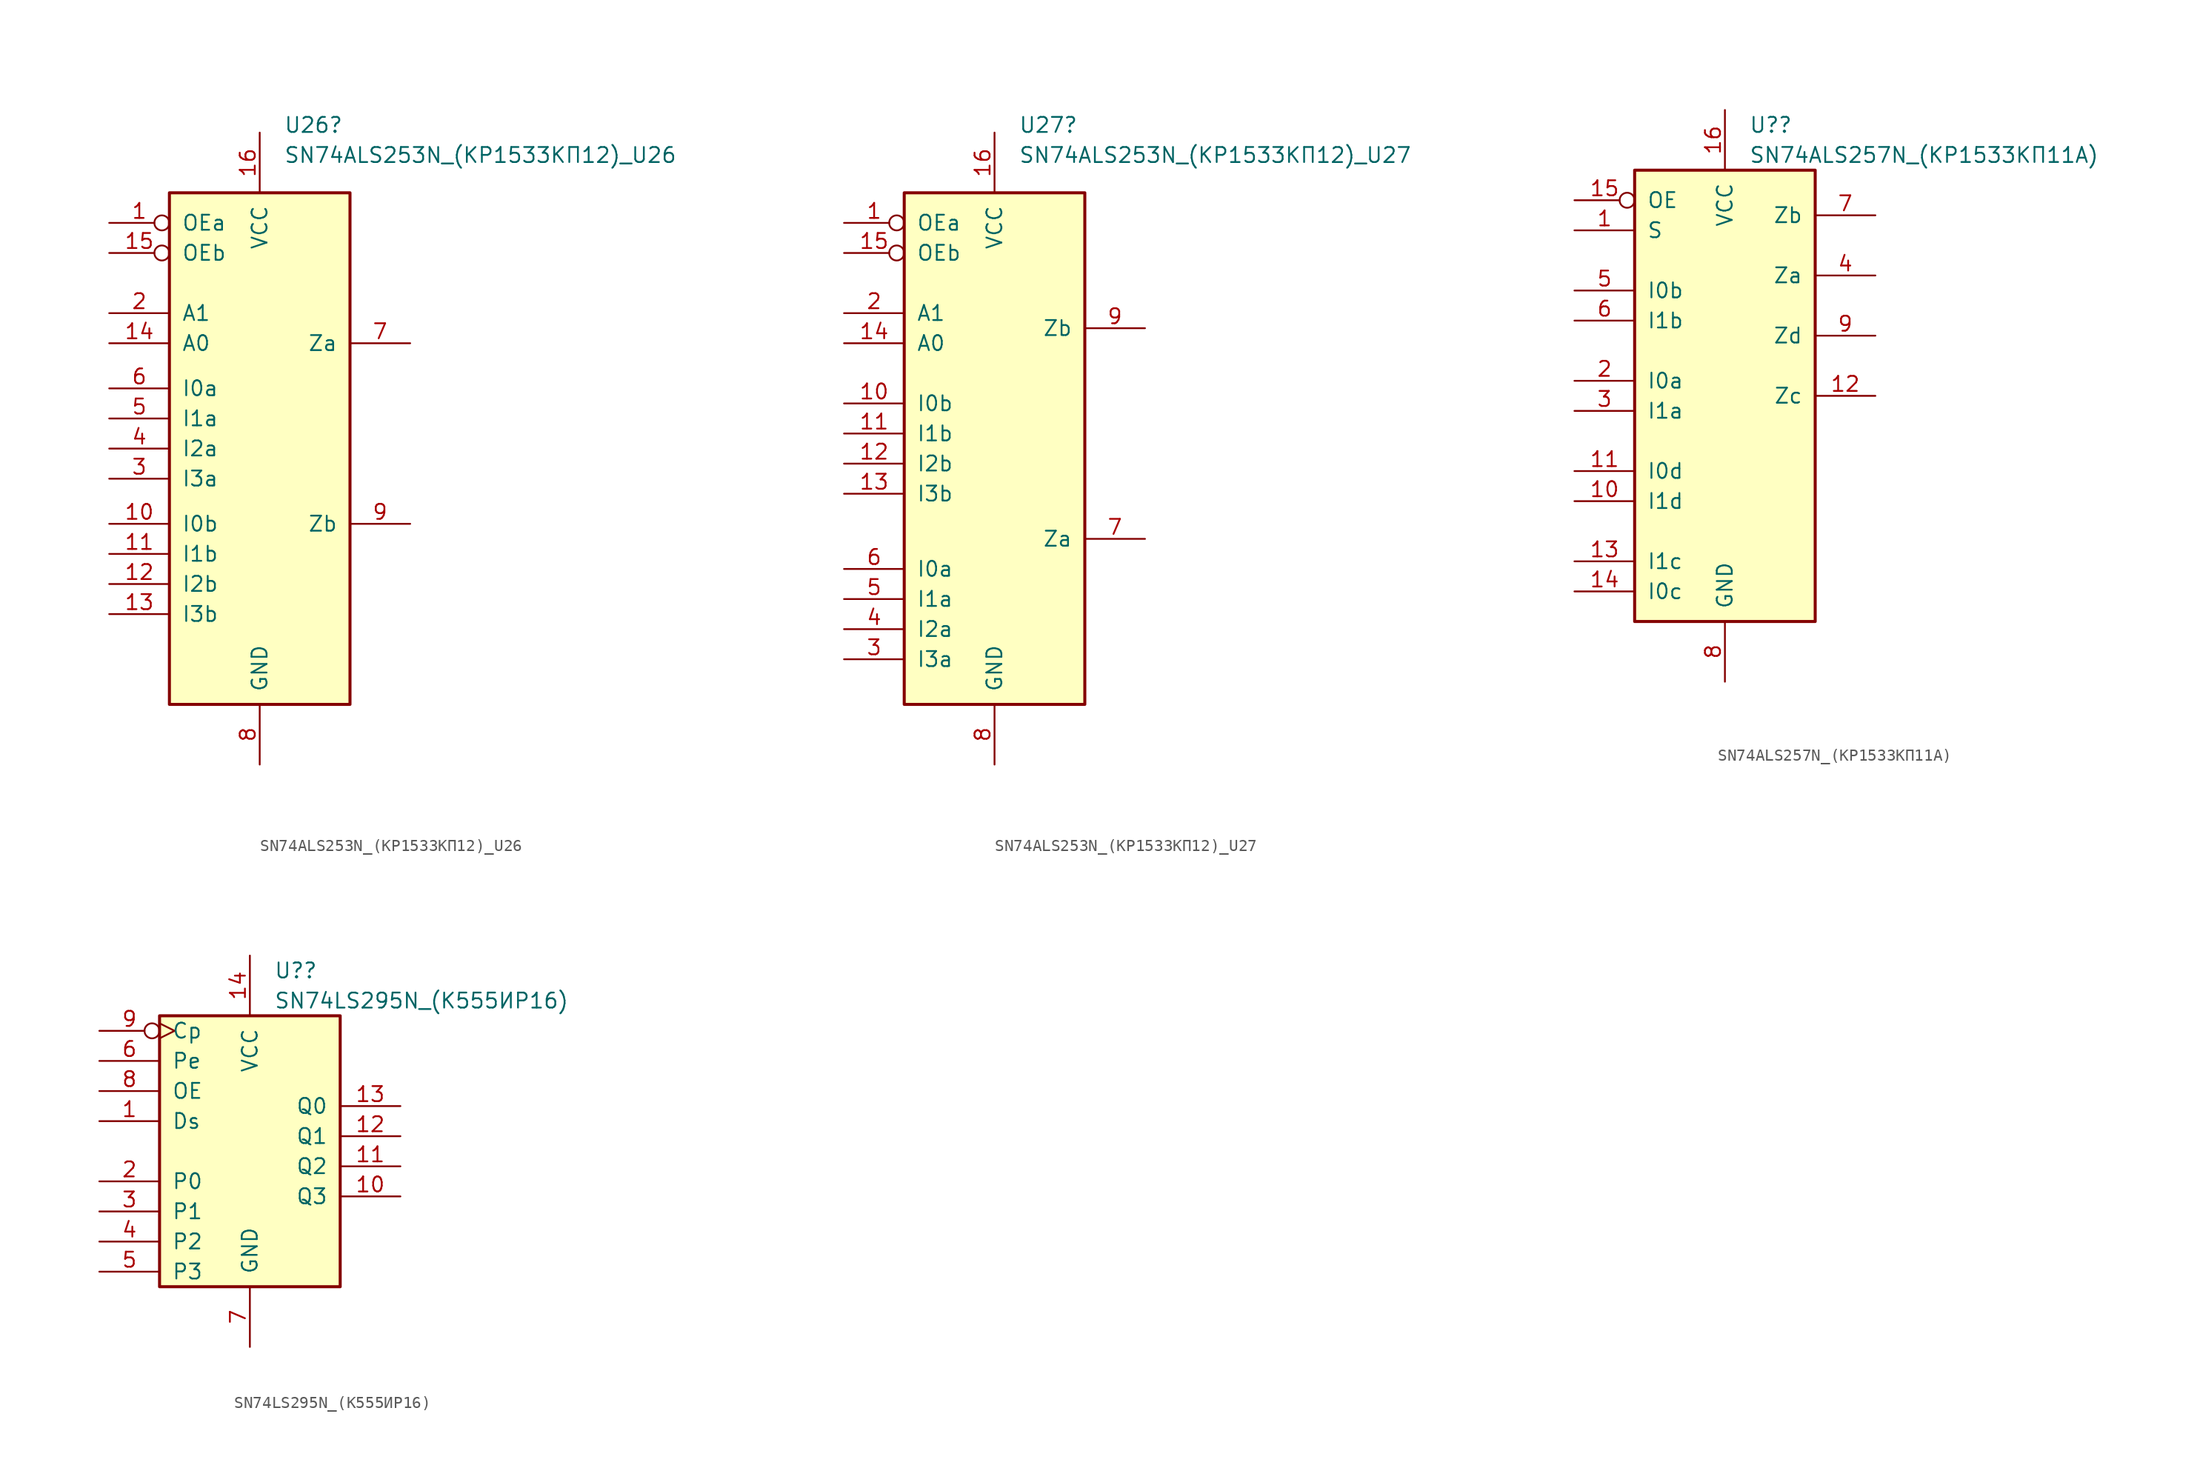
<source format=kicad_sym>
(kicad_symbol_lib
  (version 20220914)
  (generator kicad_symbol_editor)
  (symbol "SN74ALS253N_(КР1533КП12)_U26"
    (pin_names
      (offset 1.016))
    (property "Reference" "U26"
      (at 2.019 26.035 0)
      (effects (font (size 1.27 1.27)) (justify left)))
    (property "Value" "SN74ALS253N_(КР1533КП12)_U26"
      (at 2.019 23.495 0)
      (effects (font (size 1.27 1.27)) (justify left)))
    (property "ki_locked" ""
      (at 0 0 0)
      (effects (font (size 1.27 1.27))))
    (symbol "SN74ALS253N_(КР1533КП12)_U26_1_0"
      (pin input inverted (at -12.7 17.78 0) (length 5.08) (name "OEa" (effects (font (size 1.27 1.27)))) (number "1" (effects (font (size 1.27 1.27)))))
      (pin input line (at -12.7 -7.62 0) (length 5.08) (name "I0b" (effects (font (size 1.27 1.27)))) (number "10" (effects (font (size 1.27 1.27)))))
      (pin input line (at -12.7 -10.16 0) (length 5.08) (name "I1b" (effects (font (size 1.27 1.27)))) (number "11" (effects (font (size 1.27 1.27)))))
      (pin input line (at -12.7 -12.7 0) (length 5.08) (name "I2b" (effects (font (size 1.27 1.27)))) (number "12" (effects (font (size 1.27 1.27)))))
      (pin input line (at -12.7 -15.24 0) (length 5.08) (name "I3b" (effects (font (size 1.27 1.27)))) (number "13" (effects (font (size 1.27 1.27)))))
      (pin input line (at -12.7 7.62 0) (length 5.08) (name "A0" (effects (font (size 1.27 1.27)))) (number "14" (effects (font (size 1.27 1.27)))))
      (pin input inverted (at -12.7 15.24 0) (length 5.08) (name "OEb" (effects (font (size 1.27 1.27)))) (number "15" (effects (font (size 1.27 1.27)))))
      (pin power_in line (at 0 25.4 270) (length 5.08) (name "VCC" (effects (font (size 1.27 1.27)))) (number "16" (effects (font (size 1.27 1.27)))))
      (pin input line (at -12.7 10.16 0) (length 5.08) (name "A1" (effects (font (size 1.27 1.27)))) (number "2" (effects (font (size 1.27 1.27)))))
      (pin input line (at -12.7 -3.81 0) (length 5.08) (name "I3a" (effects (font (size 1.27 1.27)))) (number "3" (effects (font (size 1.27 1.27)))))
      (pin input line (at -12.7 -1.27 0) (length 5.08) (name "I2a" (effects (font (size 1.27 1.27)))) (number "4" (effects (font (size 1.27 1.27)))))
      (pin input line (at -12.7 1.27 0) (length 5.08) (name "I1a" (effects (font (size 1.27 1.27)))) (number "5" (effects (font (size 1.27 1.27)))))
      (pin input line (at -12.7 3.81 0) (length 5.08) (name "I0a" (effects (font (size 1.27 1.27)))) (number "6" (effects (font (size 1.27 1.27)))))
      (pin tri_state line (at 12.7 7.62 180) (length 5.08) (name "Za" (effects (font (size 1.27 1.27)))) (number "7" (effects (font (size 1.27 1.27)))))
      (pin power_in line (at 0 -27.94 90) (length 5.08) (name "GND" (effects (font (size 1.27 1.27)))) (number "8" (effects (font (size 1.27 1.27)))))
      (pin tri_state line (at 12.7 -7.62 180) (length 5.08) (name "Zb" (effects (font (size 1.27 1.27)))) (number "9" (effects (font (size 1.27 1.27))))))
    (symbol "SN74ALS253N_(КР1533КП12)_U26_1_1"
      (rectangle (start -7.62 20.32) (end 7.62 -22.86) (stroke (width 0.254) (type default)) (fill (type background)))))
  (symbol "SN74ALS253N_(КР1533КП12)_U27"
    (pin_names
      (offset 1.016))
    (property "Reference" "U27"
      (at 2.019 26.035 0)
      (effects (font (size 1.27 1.27)) (justify left)))
    (property "Value" "SN74ALS253N_(КР1533КП12)_U27"
      (at 2.019 23.495 0)
      (effects (font (size 1.27 1.27)) (justify left)))
    (property "ki_locked" ""
      (at 0 0 0)
      (effects (font (size 1.27 1.27))))
    (symbol "SN74ALS253N_(КР1533КП12)_U27_1_0"
      (pin input inverted (at -12.7 17.78 0) (length 5.08) (name "OEa" (effects (font (size 1.27 1.27)))) (number "1" (effects (font (size 1.27 1.27)))))
      (pin input line (at -12.7 2.54 0) (length 5.08) (name "I0b" (effects (font (size 1.27 1.27)))) (number "10" (effects (font (size 1.27 1.27)))))
      (pin input line (at -12.7 0 0) (length 5.08) (name "I1b" (effects (font (size 1.27 1.27)))) (number "11" (effects (font (size 1.27 1.27)))))
      (pin input line (at -12.7 -2.54 0) (length 5.08) (name "I2b" (effects (font (size 1.27 1.27)))) (number "12" (effects (font (size 1.27 1.27)))))
      (pin input line (at -12.7 -5.08 0) (length 5.08) (name "I3b" (effects (font (size 1.27 1.27)))) (number "13" (effects (font (size 1.27 1.27)))))
      (pin input line (at -12.7 7.62 0) (length 5.08) (name "A0" (effects (font (size 1.27 1.27)))) (number "14" (effects (font (size 1.27 1.27)))))
      (pin input inverted (at -12.7 15.24 0) (length 5.08) (name "OEb" (effects (font (size 1.27 1.27)))) (number "15" (effects (font (size 1.27 1.27)))))
      (pin power_in line (at 0 25.4 270) (length 5.08) (name "VCC" (effects (font (size 1.27 1.27)))) (number "16" (effects (font (size 1.27 1.27)))))
      (pin input line (at -12.7 10.16 0) (length 5.08) (name "A1" (effects (font (size 1.27 1.27)))) (number "2" (effects (font (size 1.27 1.27)))))
      (pin input line (at -12.7 -19.05 0) (length 5.08) (name "I3a" (effects (font (size 1.27 1.27)))) (number "3" (effects (font (size 1.27 1.27)))))
      (pin input line (at -12.7 -16.51 0) (length 5.08) (name "I2a" (effects (font (size 1.27 1.27)))) (number "4" (effects (font (size 1.27 1.27)))))
      (pin input line (at -12.7 -13.97 0) (length 5.08) (name "I1a" (effects (font (size 1.27 1.27)))) (number "5" (effects (font (size 1.27 1.27)))))
      (pin input line (at -12.7 -11.43 0) (length 5.08) (name "I0a" (effects (font (size 1.27 1.27)))) (number "6" (effects (font (size 1.27 1.27)))))
      (pin tri_state line (at 12.7 -8.89 180) (length 5.08) (name "Za" (effects (font (size 1.27 1.27)))) (number "7" (effects (font (size 1.27 1.27)))))
      (pin power_in line (at 0 -27.94 90) (length 5.08) (name "GND" (effects (font (size 1.27 1.27)))) (number "8" (effects (font (size 1.27 1.27)))))
      (pin tri_state line (at 12.7 8.89 180) (length 5.08) (name "Zb" (effects (font (size 1.27 1.27)))) (number "9" (effects (font (size 1.27 1.27))))))
    (symbol "SN74ALS253N_(КР1533КП12)_U27_1_1"
      (rectangle (start -7.62 20.32) (end 7.62 -22.86) (stroke (width 0.254) (type default)) (fill (type background)))))
  (symbol "SN74ALS257N_(КР1533КП11А)"
    (pin_names
      (offset 1.016))
    (property "Reference" "U?"
      (at 2.019 21.59 0)
      (effects (font (size 1.27 1.27)) (justify left)))
    (property "Value" "SN74ALS257N_(КР1533КП11А)"
      (at 2.019 19.05 0)
      (effects (font (size 1.27 1.27)) (justify left)))
    (property "ki_locked" ""
      (at 0 0 0)
      (effects (font (size 1.27 1.27))))
    (symbol "SN74ALS257N_(КР1533КП11А)_1_0"
      (pin input line (at -12.7 12.7 0) (length 5.08) (name "S" (effects (font (size 1.27 1.27)))) (number "1" (effects (font (size 1.27 1.27)))))
      (pin input line (at -12.7 -10.16 0) (length 5.08) (name "I1d" (effects (font (size 1.27 1.27)))) (number "10" (effects (font (size 1.27 1.27)))))
      (pin input line (at -12.7 -7.62 0) (length 5.08) (name "I0d" (effects (font (size 1.27 1.27)))) (number "11" (effects (font (size 1.27 1.27)))))
      (pin tri_state line (at 12.7 -1.27 180) (length 5.08) (name "Zc" (effects (font (size 1.27 1.27)))) (number "12" (effects (font (size 1.27 1.27)))))
      (pin input line (at -12.7 -15.24 0) (length 5.08) (name "I1c" (effects (font (size 1.27 1.27)))) (number "13" (effects (font (size 1.27 1.27)))))
      (pin input line (at -12.7 -17.78 0) (length 5.08) (name "I0c" (effects (font (size 1.27 1.27)))) (number "14" (effects (font (size 1.27 1.27)))))
      (pin input inverted (at -12.7 15.24 0) (length 5.08) (name "OE" (effects (font (size 1.27 1.27)))) (number "15" (effects (font (size 1.27 1.27)))))
      (pin power_in line (at 0 22.86 270) (length 5.08) (name "VCC" (effects (font (size 1.27 1.27)))) (number "16" (effects (font (size 1.27 1.27)))))
      (pin input line (at -12.7 0 0) (length 5.08) (name "I0a" (effects (font (size 1.27 1.27)))) (number "2" (effects (font (size 1.27 1.27)))))
      (pin input line (at -12.7 -2.54 0) (length 5.08) (name "I1a" (effects (font (size 1.27 1.27)))) (number "3" (effects (font (size 1.27 1.27)))))
      (pin tri_state line (at 12.7 8.89 180) (length 5.08) (name "Za" (effects (font (size 1.27 1.27)))) (number "4" (effects (font (size 1.27 1.27)))))
      (pin input line (at -12.7 7.62 0) (length 5.08) (name "I0b" (effects (font (size 1.27 1.27)))) (number "5" (effects (font (size 1.27 1.27)))))
      (pin input line (at -12.7 5.08 0) (length 5.08) (name "I1b" (effects (font (size 1.27 1.27)))) (number "6" (effects (font (size 1.27 1.27)))))
      (pin tri_state line (at 12.7 13.97 180) (length 5.08) (name "Zb" (effects (font (size 1.27 1.27)))) (number "7" (effects (font (size 1.27 1.27)))))
      (pin power_in line (at 0 -25.4 90) (length 5.08) (name "GND" (effects (font (size 1.27 1.27)))) (number "8" (effects (font (size 1.27 1.27)))))
      (pin tri_state line (at 12.7 3.81 180) (length 5.08) (name "Zd" (effects (font (size 1.27 1.27)))) (number "9" (effects (font (size 1.27 1.27))))))
    (symbol "SN74ALS257N_(КР1533КП11А)_1_1"
      (rectangle (start -7.62 17.78) (end 7.62 -20.32) (stroke (width 0.254) (type default)) (fill (type background)))))
  (symbol "SN74LS295N_(К555ИР16)"
    (pin_names
      (offset 1.016))
    (property "Reference" "U?"
      (at 2.019 19.05 0)
      (effects (font (size 1.27 1.27)) (justify left)))
    (property "Value" "SN74LS295N_(К555ИР16)"
      (at 2.019 16.51 0)
      (effects (font (size 1.27 1.27)) (justify left)))
    (property "ki_locked" ""
      (at 0 0 0)
      (effects (font (size 1.27 1.27))))
    (symbol "SN74LS295N_(К555ИР16)_1_0"
      (pin input line (at -12.7 6.35 0) (length 5.08) (name "Ds" (effects (font (size 1.27 1.27)))) (number "1" (effects (font (size 1.27 1.27)))))
      (pin output line (at 12.7 0 180) (length 5.08) (name "Q3" (effects (font (size 1.27 1.27)))) (number "10" (effects (font (size 1.27 1.27)))))
      (pin output line (at 12.7 2.54 180) (length 5.08) (name "Q2" (effects (font (size 1.27 1.27)))) (number "11" (effects (font (size 1.27 1.27)))))
      (pin output line (at 12.7 5.08 180) (length 5.08) (name "Q1" (effects (font (size 1.27 1.27)))) (number "12" (effects (font (size 1.27 1.27)))))
      (pin output line (at 12.7 7.62 180) (length 5.08) (name "Q0" (effects (font (size 1.27 1.27)))) (number "13" (effects (font (size 1.27 1.27)))))
      (pin power_in line (at 0 20.32 270) (length 5.08) (name "VCC" (effects (font (size 1.27 1.27)))) (number "14" (effects (font (size 1.27 1.27)))))
      (pin input line (at -12.7 1.27 0) (length 5.08) (name "P0" (effects (font (size 1.27 1.27)))) (number "2" (effects (font (size 1.27 1.27)))))
      (pin input line (at -12.7 -1.27 0) (length 5.08) (name "P1" (effects (font (size 1.27 1.27)))) (number "3" (effects (font (size 1.27 1.27)))))
      (pin input line (at -12.7 -3.81 0) (length 5.08) (name "P2" (effects (font (size 1.27 1.27)))) (number "4" (effects (font (size 1.27 1.27)))))
      (pin input line (at -12.7 -6.35 0) (length 5.08) (name "P3" (effects (font (size 1.27 1.27)))) (number "5" (effects (font (size 1.27 1.27)))))
      (pin input line (at -12.7 11.43 0) (length 5.08) (name "Pe" (effects (font (size 1.27 1.27)))) (number "6" (effects (font (size 1.27 1.27)))))
      (pin power_in line (at 0 -12.7 90) (length 5.08) (name "GND" (effects (font (size 1.27 1.27)))) (number "7" (effects (font (size 1.27 1.27)))))
      (pin input line (at -12.7 8.89 0) (length 5.08) (name "OE" (effects (font (size 1.27 1.27)))) (number "8" (effects (font (size 1.27 1.27)))))
      (pin input inverted_clock (at -12.7 13.97 0) (length 5.08) (name "Cp" (effects (font (size 1.27 1.27)))) (number "9" (effects (font (size 1.27 1.27))))))
    (symbol "SN74LS295N_(К555ИР16)_1_1"
      (rectangle (start -7.62 15.24) (end 7.62 -7.62) (stroke (width 0.254) (type default)) (fill (type background))))))
</source>
